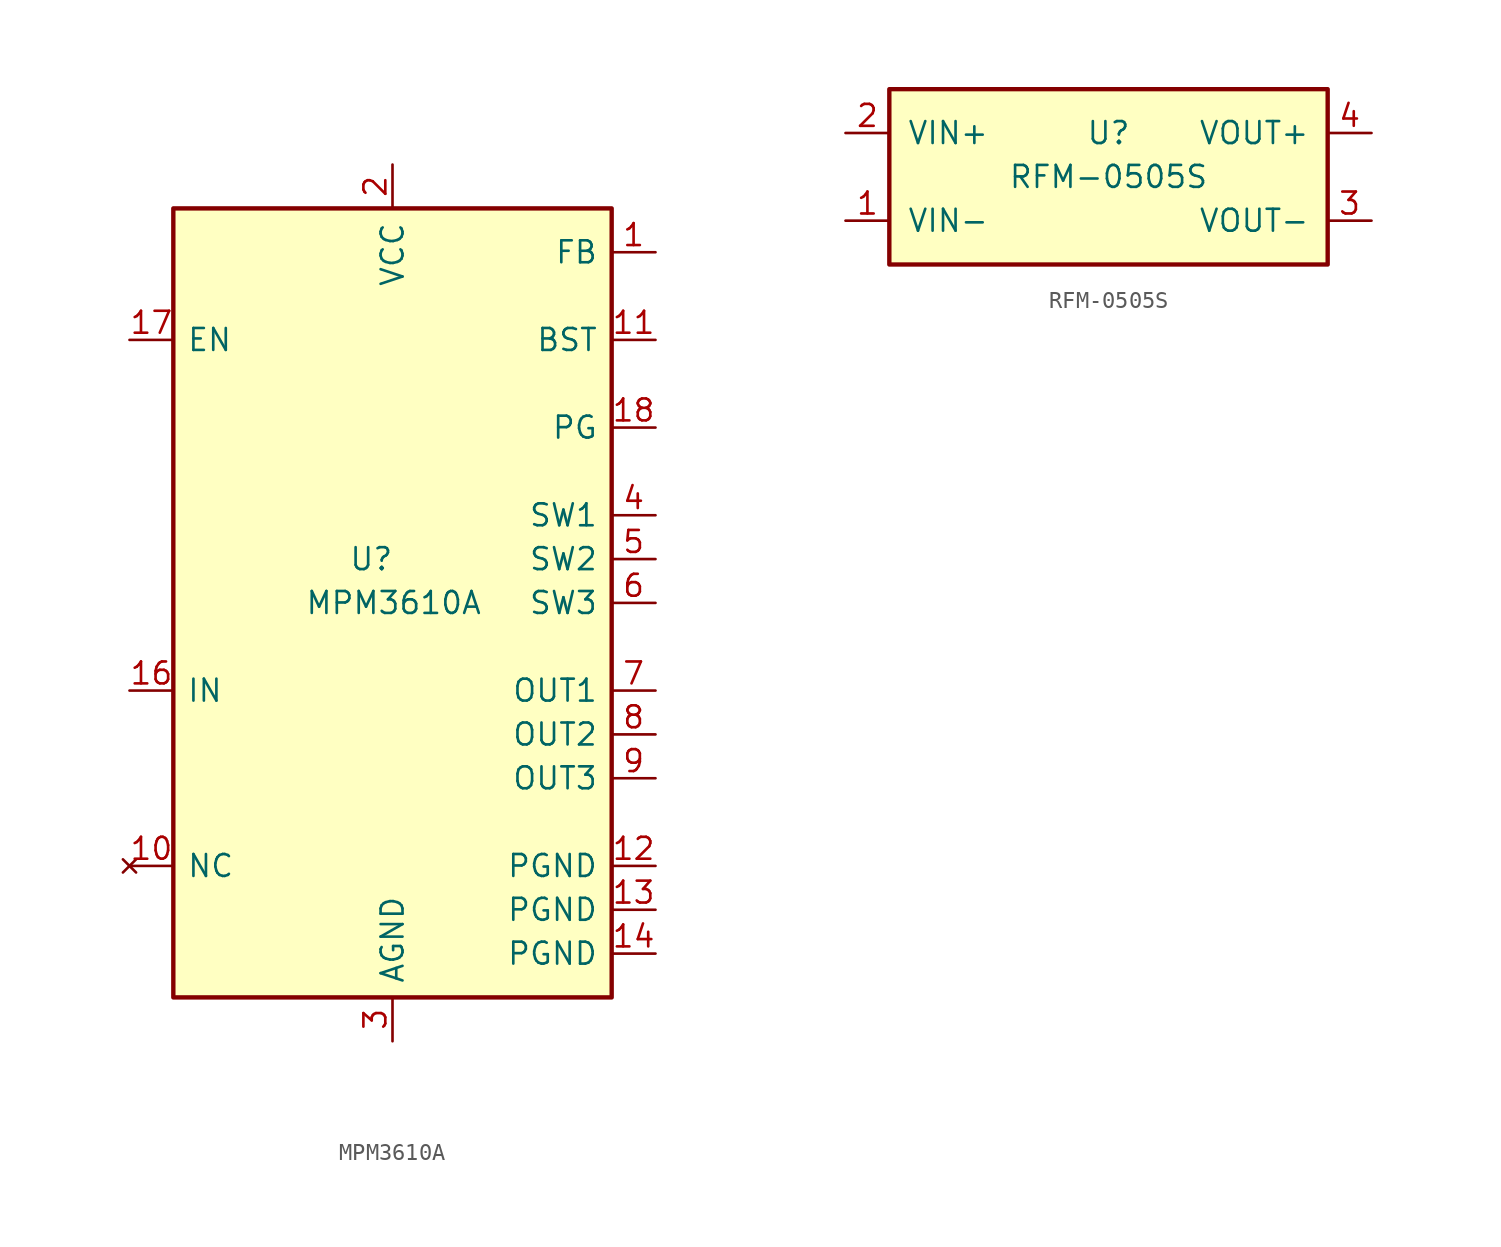
<source format=kicad_sym>
(kicad_symbol_lib
  (version 20220914)
  (generator kicad_symbol_editor)
  (symbol "MPM3610A"
    (pin_names
      (offset 0.762))
    (property "Reference" "U"
      (at -2.54 2.54 0)
      (effects (font (size 1.27 1.27)) (justify left)))
    (property "Value" "MPM3610A"
      (at -5.08 0 0)
      (effects (font (size 1.27 1.27)) (justify left)))
    (symbol "MPM3610A_0_0"
      (pin passive line (at 15.24 20.32 180) (length 2.54) (name "FB" (effects (font (size 1.27 1.27)))) (number "1" (effects (font (size 1.27 1.27)))))
      (pin no_connect line (at -15.24 -15.24 0) (length 2.54) (name "NC" (effects (font (size 1.27 1.27)))) (number "10" (effects (font (size 1.27 1.27)))))
      (pin passive line (at 15.24 15.24 180) (length 2.54) (name "BST" (effects (font (size 1.27 1.27)))) (number "11" (effects (font (size 1.27 1.27)))))
      (pin power_in line (at 15.24 -15.24 180) (length 2.54) (name "PGND" (effects (font (size 1.27 1.27)))) (number "12" (effects (font (size 1.27 1.27)))))
      (pin power_in line (at -15.24 -5.08 0) (length 2.54) (name "IN" (effects (font (size 1.27 1.27)))) (number "16" (effects (font (size 1.27 1.27)))))
      (pin input line (at -15.24 15.24 0) (length 2.54) (name "EN" (effects (font (size 1.27 1.27)))) (number "17" (effects (font (size 1.27 1.27)))))
      (pin power_in line (at 0 25.4 270) (length 2.54) (name "VCC" (effects (font (size 1.27 1.27)))) (number "2" (effects (font (size 1.27 1.27)))))
      (pin power_in line (at 0 -25.4 90) (length 2.54) (name "AGND" (effects (font (size 1.27 1.27)))) (number "3" (effects (font (size 1.27 1.27)))))
      (pin power_out line (at 15.24 5.08 180) (length 2.54) (name "SW1" (effects (font (size 1.27 1.27)))) (number "4" (effects (font (size 1.27 1.27)))))
      (pin power_out line (at 15.24 -5.08 180) (length 2.54) (name "OUT1" (effects (font (size 1.27 1.27)))) (number "7" (effects (font (size 1.27 1.27))))))
    (symbol "MPM3610A_0_1"
      (rectangle (start -12.7 22.86) (end 12.7 -22.86) (stroke (width 0.254) (type default)) (fill (type background))))
    (symbol "MPM3610A_1_0"
      (pin power_in line (at 15.24 -17.78 180) (length 2.54) (name "PGND" (effects (font (size 1.27 1.27)))) (number "13" (effects (font (size 1.27 1.27)))))
      (pin power_in line (at 15.24 -20.32 180) (length 2.54) (name "PGND" (effects (font (size 1.27 1.27)))) (number "14" (effects (font (size 1.27 1.27)))))
      (pin power_out line (at 15.24 2.54 180) (length 2.54) (name "SW2" (effects (font (size 1.27 1.27)))) (number "5" (effects (font (size 1.27 1.27)))))
      (pin power_out line (at 15.24 0 180) (length 2.54) (name "SW3" (effects (font (size 1.27 1.27)))) (number "6" (effects (font (size 1.27 1.27)))))
      (pin output line (at 15.24 -7.62 180) (length 2.54) (name "OUT2" (effects (font (size 1.27 1.27)))) (number "8" (effects (font (size 1.27 1.27)))))
      (pin output line (at 15.24 -10.16 180) (length 2.54) (name "OUT3" (effects (font (size 1.27 1.27)))) (number "9" (effects (font (size 1.27 1.27))))))
    (symbol "MPM3610A_1_1"
      (pin output line (at 15.24 10.16 180) (length 2.54) (name "PG" (effects (font (size 1.27 1.27)))) (number "18" (effects (font (size 1.27 1.27)))))))
  (symbol "RFM-0505S"
    (pin_names
      (offset 1.016))
    (property "Reference" "U"
      (at 0 2.54 0)
      (effects (font (size 1.27 1.27))))
    (property "Value" "RFM-0505S"
      (at 0 0 0)
      (effects (font (size 1.27 1.27))))
    (symbol "RFM-0505S_0_0"
      (pin power_in line (at -15.24 -2.54 0) (length 2.54) (name "VIN-" (effects (font (size 1.27 1.27)))) (number "1" (effects (font (size 1.27 1.27)))))
      (pin power_in line (at -15.24 2.54 0) (length 2.54) (name "VIN+" (effects (font (size 1.27 1.27)))) (number "2" (effects (font (size 1.27 1.27)))))
      (pin power_out line (at 15.24 -2.54 180) (length 2.54) (name "VOUT-" (effects (font (size 1.27 1.27)))) (number "3" (effects (font (size 1.27 1.27)))))
      (pin power_out line (at 15.24 2.54 180) (length 2.54) (name "VOUT+" (effects (font (size 1.27 1.27)))) (number "4" (effects (font (size 1.27 1.27))))))
    (symbol "RFM-0505S_0_1"
      (rectangle (start -12.7 5.08) (end 12.7 -5.08) (stroke (width 0.254) (type solid)) (fill (type background))))))
</source>
